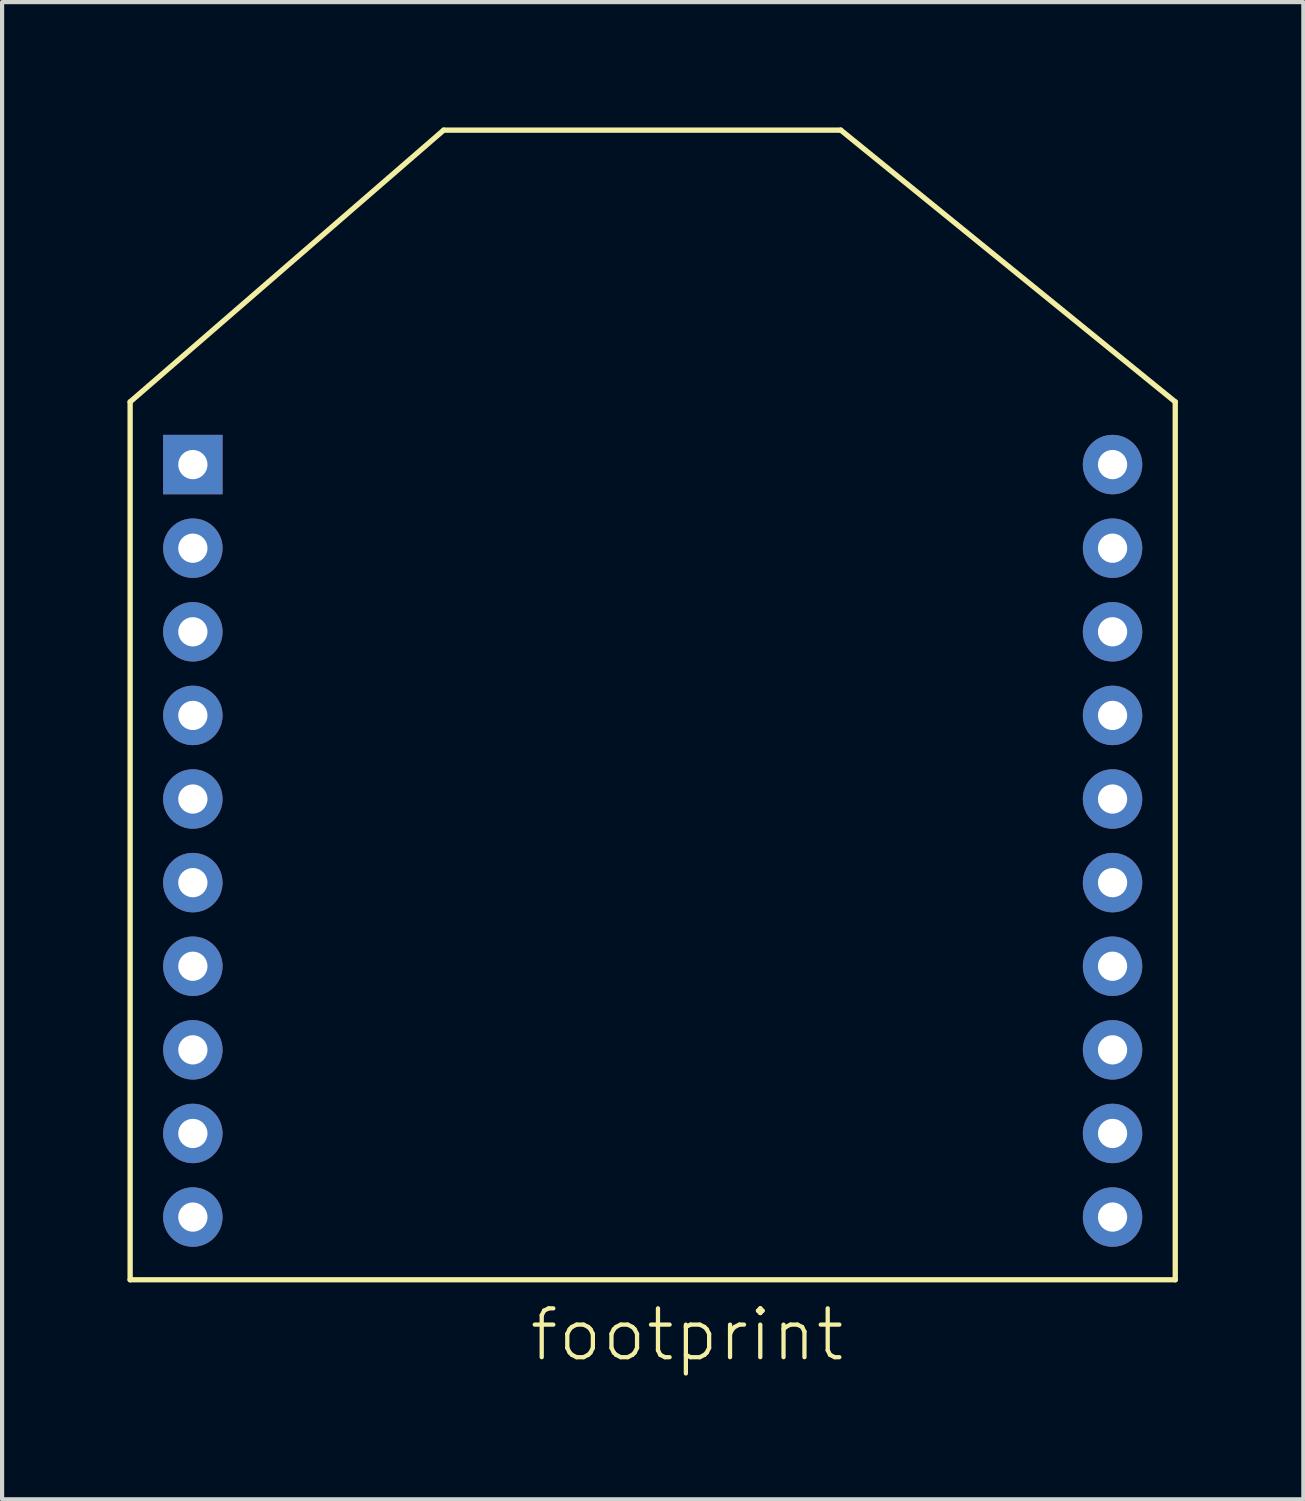
<source format=kicad_pcb>
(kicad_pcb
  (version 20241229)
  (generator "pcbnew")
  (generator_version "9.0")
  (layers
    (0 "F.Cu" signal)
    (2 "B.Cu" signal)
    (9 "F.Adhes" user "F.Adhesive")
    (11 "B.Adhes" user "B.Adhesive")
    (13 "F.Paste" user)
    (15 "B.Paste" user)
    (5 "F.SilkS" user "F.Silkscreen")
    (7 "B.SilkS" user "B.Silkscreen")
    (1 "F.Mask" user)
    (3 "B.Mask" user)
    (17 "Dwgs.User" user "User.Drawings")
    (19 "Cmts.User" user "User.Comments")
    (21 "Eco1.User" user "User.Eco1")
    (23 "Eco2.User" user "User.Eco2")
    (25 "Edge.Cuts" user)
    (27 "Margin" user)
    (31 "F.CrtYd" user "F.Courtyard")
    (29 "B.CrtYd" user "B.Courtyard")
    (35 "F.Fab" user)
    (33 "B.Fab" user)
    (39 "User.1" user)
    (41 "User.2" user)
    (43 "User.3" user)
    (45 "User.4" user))
  (footprint "footprint"
    (layer "F.Cu")
    (at 12.563 13.563)
    (property "Reference" "footprint" (at -3 16 0) (layer "F.SilkS") (effects (font (size 1.168 1.168) (thickness 0.102)) (justify left bottom)))
    (fp_line (start -12.5 -7) (end -12.5 14) (stroke (width 0.127) (type solid)) (layer "F.SilkS"))
    (fp_line (start -12.5 14) (end 12.5 14) (stroke (width 0.127) (type solid)) (layer "F.SilkS"))
    (fp_line (start -5 -13.5) (end -12.5 -7) (stroke (width 0.127) (type solid)) (layer "F.SilkS"))
    (fp_line (start 4.5 -13.5) (end -5 -13.5) (stroke (width 0.127) (type solid)) (layer "F.SilkS"))
    (fp_line (start 12.5 -7) (end 4.5 -13.5) (stroke (width 0.127) (type solid)) (layer "F.SilkS"))
    (fp_line (start 12.5 14) (end 12.5 -7) (stroke (width 0.127) (type solid)) (layer "F.SilkS"))
    (pad "1" thru_hole rect (at -11 -5.5) (size 1.422 1.422) (drill 0.7) (layers "*.Cu" "*.Mask"))
    (pad "2" thru_hole circle (at -11 -3.5) (size 1.422 1.422) (drill 0.7) (layers "*.Cu" "*.Mask"))
    (pad "3" thru_hole circle (at -11 -1.5) (size 1.422 1.422) (drill 0.7) (layers "*.Cu" "*.Mask"))
    (pad "4" thru_hole circle (at -11 0.5) (size 1.422 1.422) (drill 0.7) (layers "*.Cu" "*.Mask"))
    (pad "5" thru_hole circle (at -11 2.5) (size 1.422 1.422) (drill 0.7) (layers "*.Cu" "*.Mask"))
    (pad "6" thru_hole circle (at -11 4.5) (size 1.422 1.422) (drill 0.7) (layers "*.Cu" "*.Mask"))
    (pad "7" thru_hole circle (at -11 6.5) (size 1.422 1.422) (drill 0.7) (layers "*.Cu" "*.Mask"))
    (pad "8" thru_hole circle (at -11 8.5) (size 1.422 1.422) (drill 0.7) (layers "*.Cu" "*.Mask"))
    (pad "9" thru_hole circle (at -11 10.5) (size 1.422 1.422) (drill 0.7) (layers "*.Cu" "*.Mask"))
    (pad "10" thru_hole circle (at -11 12.5) (size 1.422 1.422) (drill 0.7) (layers "*.Cu" "*.Mask"))
    (pad "11" thru_hole circle (at 11 12.5) (size 1.422 1.422) (drill 0.7) (layers "*.Cu" "*.Mask"))
    (pad "12" thru_hole circle (at 11 10.5) (size 1.422 1.422) (drill 0.7) (layers "*.Cu" "*.Mask"))
    (pad "13" thru_hole circle (at 11 8.5) (size 1.422 1.422) (drill 0.7) (layers "*.Cu" "*.Mask"))
    (pad "14" thru_hole circle (at 11 6.5) (size 1.422 1.422) (drill 0.7) (layers "*.Cu" "*.Mask"))
    (pad "15" thru_hole circle (at 11 4.5) (size 1.422 1.422) (drill 0.7) (layers "*.Cu" "*.Mask"))
    (pad "16" thru_hole circle (at 11 2.5) (size 1.422 1.422) (drill 0.7) (layers "*.Cu" "*.Mask"))
    (pad "17" thru_hole circle (at 11 0.5) (size 1.422 1.422) (drill 0.7) (layers "*.Cu" "*.Mask"))
    (pad "18" thru_hole circle (at 11 -1.5) (size 1.422 1.422) (drill 0.7) (layers "*.Cu" "*.Mask"))
    (pad "19" thru_hole circle (at 11 -3.5) (size 1.422 1.422) (drill 0.7) (layers "*.Cu" "*.Mask"))
    (pad "20" thru_hole circle (at 11 -5.5) (size 1.422 1.422) (drill 0.7) (layers "*.Cu" "*.Mask")))
  (gr_rect
    (start -3 -3)
    (end 28.127 32.814)
    (stroke (width 0.1) (type default))
    (fill no)
    (layer "Edge.Cuts")))
</source>
